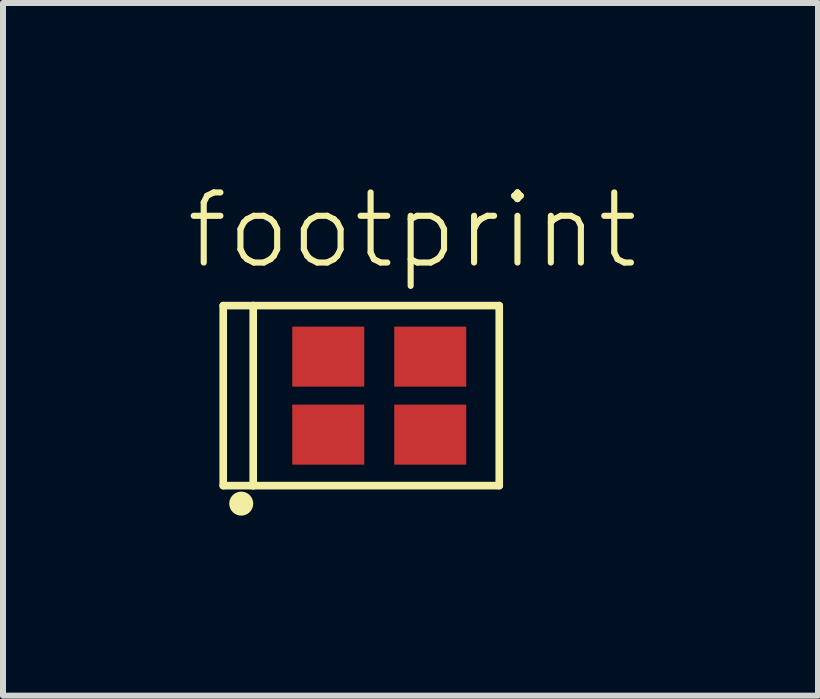
<source format=kicad_pcb>
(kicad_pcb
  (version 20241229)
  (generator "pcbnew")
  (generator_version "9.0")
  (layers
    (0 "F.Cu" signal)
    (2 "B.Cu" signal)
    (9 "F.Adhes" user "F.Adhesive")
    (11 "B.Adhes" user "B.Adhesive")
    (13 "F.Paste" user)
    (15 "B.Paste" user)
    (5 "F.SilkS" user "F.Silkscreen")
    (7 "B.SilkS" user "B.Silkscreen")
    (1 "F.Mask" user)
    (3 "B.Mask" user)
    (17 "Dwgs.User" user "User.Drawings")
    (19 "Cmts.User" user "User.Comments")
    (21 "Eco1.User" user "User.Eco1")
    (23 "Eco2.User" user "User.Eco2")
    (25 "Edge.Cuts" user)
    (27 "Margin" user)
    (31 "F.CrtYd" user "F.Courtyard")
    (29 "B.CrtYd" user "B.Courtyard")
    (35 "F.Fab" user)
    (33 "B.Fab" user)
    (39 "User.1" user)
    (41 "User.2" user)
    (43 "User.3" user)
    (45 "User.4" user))
  (footprint "footprint"
    (layer "F.Cu")
    (at 3.27 3.543)
    (property "Reference" "footprint" (at -3.27 -2.07 0) (layer "F.SilkS") (effects (font (size 1.168 1.168) (thickness 0.102)) (justify left bottom)))
    (fp_line (start -2.6 -1.5) (end -2.6 1.5) (stroke (width 0.127) (type solid)) (layer "F.SilkS"))
    (fp_line (start -2.6 1.5) (end -2.1 1.5) (stroke (width 0.127) (type solid)) (layer "F.SilkS"))
    (fp_line (start -2.1 -1.5) (end -2.6 -1.5) (stroke (width 0.127) (type solid)) (layer "F.SilkS"))
    (fp_line (start -2.1 -1.5) (end -2.1 1.5) (stroke (width 0.127) (type solid)) (layer "F.SilkS"))
    (fp_line (start -2.1 1.5) (end 2 1.5) (stroke (width 0.127) (type solid)) (layer "F.SilkS"))
    (fp_line (start 2 -1.5) (end -2.1 -1.5) (stroke (width 0.127) (type solid)) (layer "F.SilkS"))
    (fp_line (start 2 1.5) (end 2 -1.5) (stroke (width 0.127) (type solid)) (layer "F.SilkS"))
    (fp_circle (center -2.3 1.8) (end -2.2 1.8) (stroke (width 0.2) (type solid)) (fill yes) (layer "F.SilkS"))
    (pad "1" smd rect (at -0.85 0.65) (size 1.2 1) (layers "F.Cu" "F.Mask" "F.Paste"))
    (pad "2" smd rect (at 0.85 0.65) (size 1.2 1) (layers "F.Cu" "F.Mask" "F.Paste"))
    (pad "3" smd rect (at 0.85 -0.65 180) (size 1.2 1) (layers "F.Cu" "F.Mask" "F.Paste"))
    (pad "4" smd rect (at -0.85 -0.65 180) (size 1.2 1) (layers "F.Cu" "F.Mask" "F.Paste")))
  (gr_rect
    (start -3 -3)
    (end 10.582 8.543)
    (stroke (width 0.1) (type default))
    (fill no)
    (layer "Edge.Cuts")))
</source>
